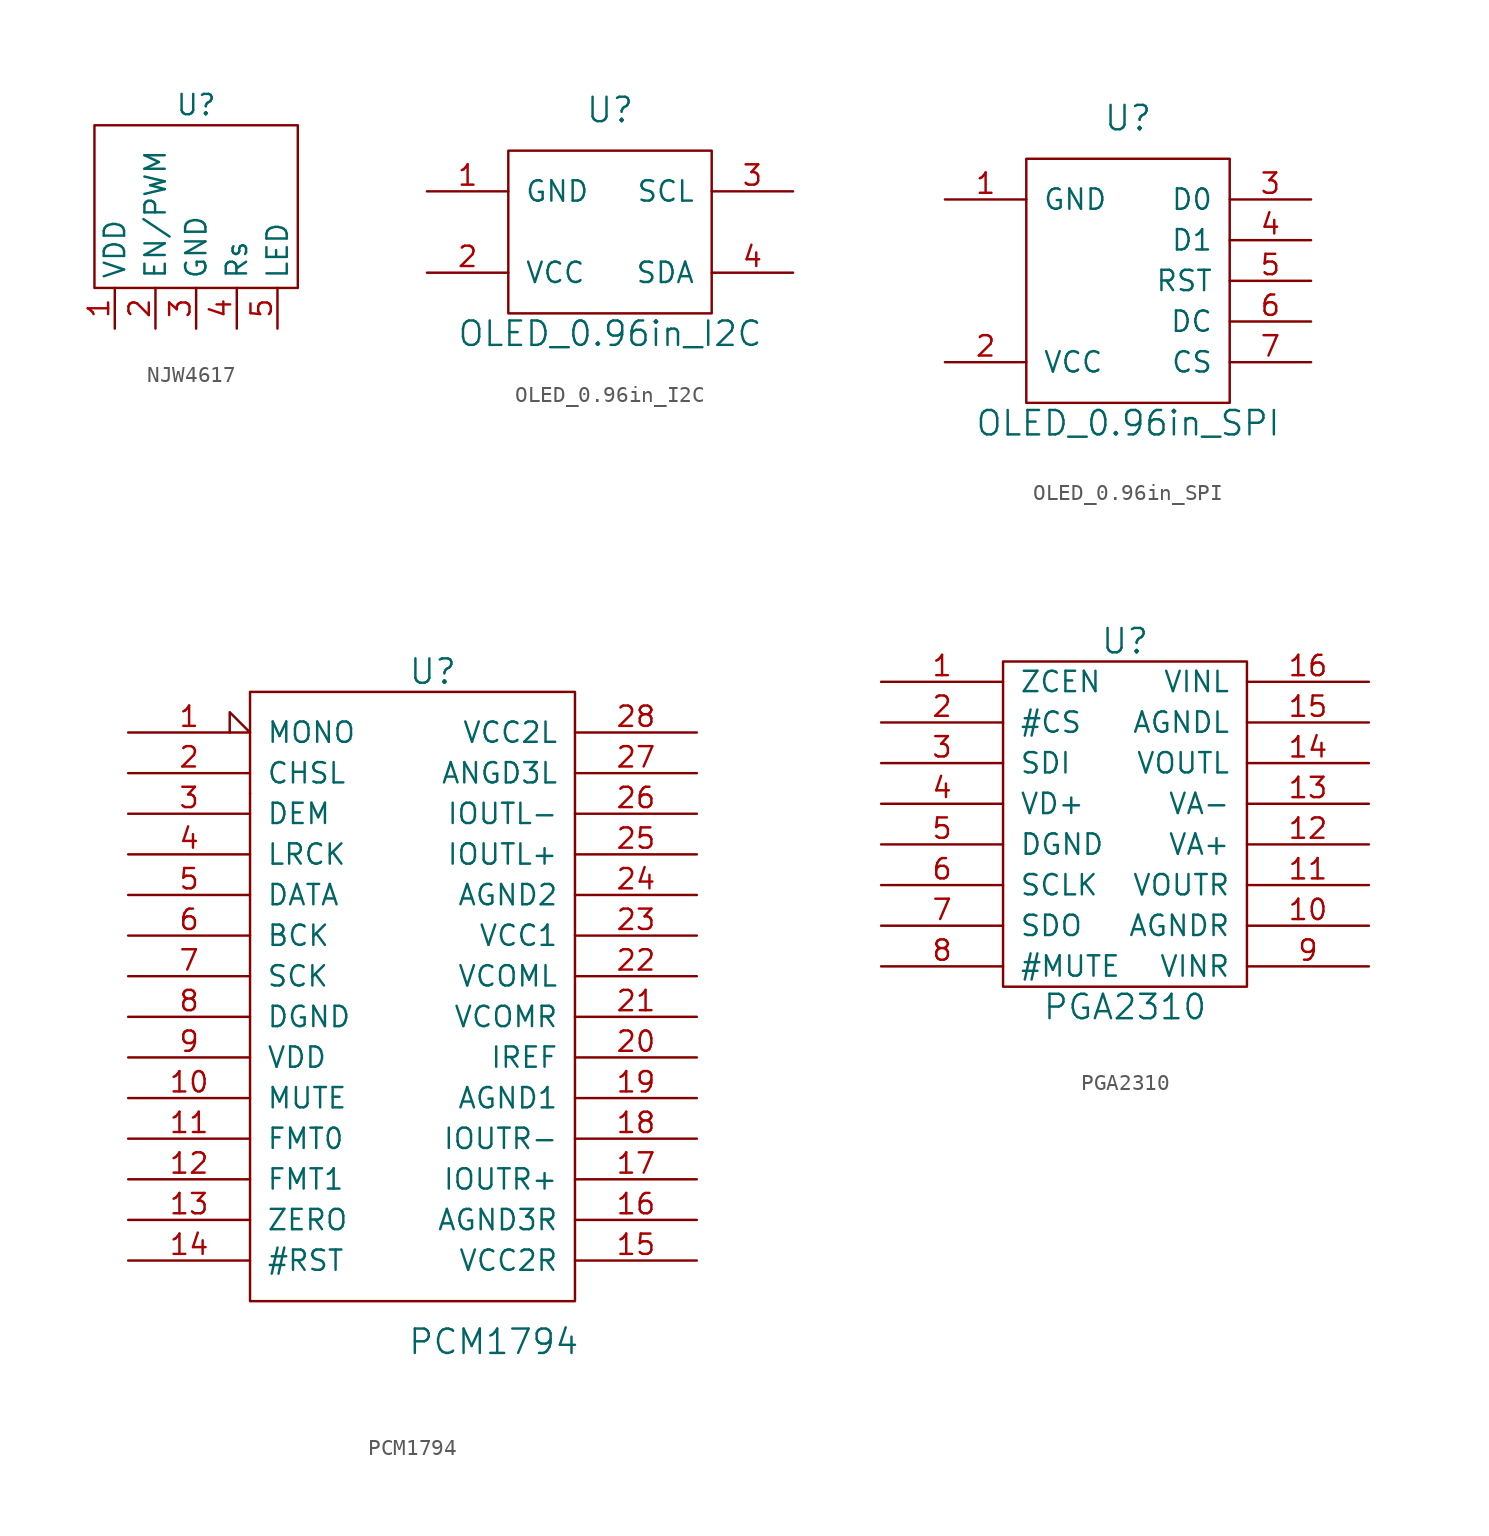
<source format=kicad_sym>
(kicad_symbol_lib
  (version 20220914)
  (generator kicad_symbol_editor)
  (symbol "NJW4617"
    (property "Reference" "U"
      (at 0 6.35 0)
      (effects (font (size 1.27 1.27))))
    (property "Value" ""
      (at -1.27 -2.54 0)
      (effects (font (size 1.27 1.27))))
    (symbol "NJW4617_0_1"
      (rectangle (start -6.35 5.08) (end 6.35 -5.08) (stroke (width 0) (type default)) (fill (type none))))
    (symbol "NJW4617_1_1"
      (pin power_in line (at -5.08 -7.62 90) (length 2.54) (name "VDD" (effects (font (size 1.27 1.27)))) (number "1" (effects (font (size 1.27 1.27)))))
      (pin input line (at -2.54 -7.62 90) (length 2.54) (name "EN/PWM" (effects (font (size 1.27 1.27)))) (number "2" (effects (font (size 1.27 1.27)))))
      (pin power_in line (at 0 -7.62 90) (length 2.54) (name "GND" (effects (font (size 1.27 1.27)))) (number "3" (effects (font (size 1.27 1.27)))))
      (pin input line (at 2.54 -7.62 90) (length 2.54) (name "Rs" (effects (font (size 1.27 1.27)))) (number "4" (effects (font (size 1.27 1.27)))))
      (pin output line (at 5.08 -7.62 90) (length 2.54) (name "LED" (effects (font (size 1.27 1.27)))) (number "5" (effects (font (size 1.27 1.27)))))))
  (symbol "OLED_0.96in_I2C"
    (pin_names
      (offset 1.016))
    (property "Reference" "U"
      (at 0 7.62 0)
      (effects (font (size 1.524 1.524))))
    (property "Value" "OLED_0.96in_I2C"
      (at 0 -6.35 0)
      (effects (font (size 1.524 1.524))))
    (property "Footprint" ""
      (at 0 0 0)
      (effects (font (size 1.524 1.524))))
    (property "Datasheet" ""
      (at 0 0 0)
      (effects (font (size 1.524 1.524))))
    (symbol "OLED_0.96in_I2C_0_1"
      (rectangle (start -6.35 5.08) (end 6.35 -5.08) (stroke (width 0) (type solid)) (fill (type none))))
    (symbol "OLED_0.96in_I2C_1_1"
      (pin input line (at -11.43 2.54 0) (length 5.08) (name "GND" (effects (font (size 1.27 1.27)))) (number "1" (effects (font (size 1.27 1.27)))))
      (pin input line (at -11.43 -2.54 0) (length 5.08) (name "VCC" (effects (font (size 1.27 1.27)))) (number "2" (effects (font (size 1.27 1.27)))))
      (pin input line (at 11.43 2.54 180) (length 5.08) (name "SCL" (effects (font (size 1.27 1.27)))) (number "3" (effects (font (size 1.27 1.27)))))
      (pin input line (at 11.43 -2.54 180) (length 5.08) (name "SDA" (effects (font (size 1.27 1.27)))) (number "4" (effects (font (size 1.27 1.27)))))))
  (symbol "OLED_0.96in_SPI"
    (pin_names
      (offset 1.016))
    (property "Reference" "U"
      (at 0 10.16 0)
      (effects (font (size 1.524 1.524))))
    (property "Value" "OLED_0.96in_SPI"
      (at 0 -8.89 0)
      (effects (font (size 1.524 1.524))))
    (property "Footprint" ""
      (at 0 2.54 0)
      (effects (font (size 1.524 1.524))))
    (property "Datasheet" ""
      (at 0 2.54 0)
      (effects (font (size 1.524 1.524))))
    (symbol "OLED_0.96in_SPI_0_1"
      (rectangle (start -6.35 7.62) (end 6.35 -7.62) (stroke (width 0) (type solid)) (fill (type none))))
    (symbol "OLED_0.96in_SPI_1_1"
      (pin input line (at -11.43 5.08 0) (length 5.08) (name "GND" (effects (font (size 1.27 1.27)))) (number "1" (effects (font (size 1.27 1.27)))))
      (pin input line (at -11.43 -5.08 0) (length 5.08) (name "VCC" (effects (font (size 1.27 1.27)))) (number "2" (effects (font (size 1.27 1.27)))))
      (pin input line (at 11.43 5.08 180) (length 5.08) (name "D0" (effects (font (size 1.27 1.27)))) (number "3" (effects (font (size 1.27 1.27)))))
      (pin input line (at 11.43 2.54 180) (length 5.08) (name "D1" (effects (font (size 1.27 1.27)))) (number "4" (effects (font (size 1.27 1.27)))))
      (pin input line (at 11.43 0 180) (length 5.08) (name "RST" (effects (font (size 1.27 1.27)))) (number "5" (effects (font (size 1.27 1.27)))))
      (pin input line (at 11.43 -2.54 180) (length 5.08) (name "DC" (effects (font (size 1.27 1.27)))) (number "6" (effects (font (size 1.27 1.27)))))
      (pin input line (at 11.43 -5.08 180) (length 5.08) (name "CS" (effects (font (size 1.27 1.27)))) (number "7" (effects (font (size 1.27 1.27)))))))
  (symbol "PCM1794"
    (pin_names
      (offset 1.016))
    (property "Reference" "U"
      (at 1.27 19.05 0)
      (effects (font (size 1.524 1.524))))
    (property "Value" "PCM1794"
      (at 5.08 -22.86 0)
      (effects (font (size 1.524 1.524))))
    (property "Footprint" ""
      (at 0 0 0)
      (effects (font (size 1.524 1.524))))
    (property "Datasheet" ""
      (at 0 0 0)
      (effects (font (size 1.524 1.524))))
    (symbol "PCM1794_0_1"
      (rectangle (start -10.16 11.43) (end -10.16 11.43) (stroke (width 0) (type solid)) (fill (type none)))
      (rectangle (start -10.16 17.78) (end 10.16 -20.32) (stroke (width 0) (type solid)) (fill (type none))))
    (symbol "PCM1794_1_0"
      (pin power_in line (at -17.78 -5.08 0) (length 7.62) (name "VDD" (effects (font (size 1.27 1.27)))) (number "9" (effects (font (size 1.27 1.27))))))
    (symbol "PCM1794_1_1"
      (pin input input_low (at -17.78 15.24 0) (length 7.62) (name "MONO" (effects (font (size 1.27 1.27)))) (number "1" (effects (font (size 1.27 1.27)))))
      (pin input line (at -17.78 -7.62 0) (length 7.62) (name "MUTE" (effects (font (size 1.27 1.27)))) (number "10" (effects (font (size 1.27 1.27)))))
      (pin input line (at -17.78 -10.16 0) (length 7.62) (name "FMT0" (effects (font (size 1.27 1.27)))) (number "11" (effects (font (size 1.27 1.27)))))
      (pin input line (at -17.78 -12.7 0) (length 7.62) (name "FMT1" (effects (font (size 1.27 1.27)))) (number "12" (effects (font (size 1.27 1.27)))))
      (pin power_in line (at -17.78 -15.24 0) (length 7.62) (name "ZERO" (effects (font (size 1.27 1.27)))) (number "13" (effects (font (size 1.27 1.27)))))
      (pin input line (at -17.78 -17.78 0) (length 7.62) (name "#RST" (effects (font (size 1.27 1.27)))) (number "14" (effects (font (size 1.27 1.27)))))
      (pin power_in line (at 17.78 -17.78 180) (length 7.62) (name "VCC2R" (effects (font (size 1.27 1.27)))) (number "15" (effects (font (size 1.27 1.27)))))
      (pin power_in line (at 17.78 -15.24 180) (length 7.62) (name "AGND3R" (effects (font (size 1.27 1.27)))) (number "16" (effects (font (size 1.27 1.27)))))
      (pin output line (at 17.78 -12.7 180) (length 7.62) (name "IOUTR+" (effects (font (size 1.27 1.27)))) (number "17" (effects (font (size 1.27 1.27)))))
      (pin output line (at 17.78 -10.16 180) (length 7.62) (name "IOUTR-" (effects (font (size 1.27 1.27)))) (number "18" (effects (font (size 1.27 1.27)))))
      (pin power_in line (at 17.78 -7.62 180) (length 7.62) (name "AGND1" (effects (font (size 1.27 1.27)))) (number "19" (effects (font (size 1.27 1.27)))))
      (pin input line (at -17.78 12.7 0) (length 7.62) (name "CHSL" (effects (font (size 1.27 1.27)))) (number "2" (effects (font (size 1.27 1.27)))))
      (pin input line (at 17.78 -5.08 180) (length 7.62) (name "IREF" (effects (font (size 1.27 1.27)))) (number "20" (effects (font (size 1.27 1.27)))))
      (pin power_in line (at 17.78 -2.54 180) (length 7.62) (name "VCOMR" (effects (font (size 1.27 1.27)))) (number "21" (effects (font (size 1.27 1.27)))))
      (pin power_in line (at 17.78 0 180) (length 7.62) (name "VCOML" (effects (font (size 1.27 1.27)))) (number "22" (effects (font (size 1.27 1.27)))))
      (pin power_in line (at 17.78 2.54 180) (length 7.62) (name "VCC1" (effects (font (size 1.27 1.27)))) (number "23" (effects (font (size 1.27 1.27)))))
      (pin power_in line (at 17.78 5.08 180) (length 7.62) (name "AGND2" (effects (font (size 1.27 1.27)))) (number "24" (effects (font (size 1.27 1.27)))))
      (pin output line (at 17.78 7.62 180) (length 7.62) (name "IOUTL+" (effects (font (size 1.27 1.27)))) (number "25" (effects (font (size 1.27 1.27)))))
      (pin output line (at 17.78 10.16 180) (length 7.62) (name "IOUTL-" (effects (font (size 1.27 1.27)))) (number "26" (effects (font (size 1.27 1.27)))))
      (pin power_in line (at 17.78 12.7 180) (length 7.62) (name "ANGD3L" (effects (font (size 1.27 1.27)))) (number "27" (effects (font (size 1.27 1.27)))))
      (pin power_in line (at 17.78 15.24 180) (length 7.62) (name "VCC2L" (effects (font (size 1.27 1.27)))) (number "28" (effects (font (size 1.27 1.27)))))
      (pin input line (at -17.78 10.16 0) (length 7.62) (name "DEM" (effects (font (size 1.27 1.27)))) (number "3" (effects (font (size 1.27 1.27)))))
      (pin input line (at -17.78 7.62 0) (length 7.62) (name "LRCK" (effects (font (size 1.27 1.27)))) (number "4" (effects (font (size 1.27 1.27)))))
      (pin input line (at -17.78 5.08 0) (length 7.62) (name "DATA" (effects (font (size 1.27 1.27)))) (number "5" (effects (font (size 1.27 1.27)))))
      (pin input line (at -17.78 2.54 0) (length 7.62) (name "BCK" (effects (font (size 1.27 1.27)))) (number "6" (effects (font (size 1.27 1.27)))))
      (pin input line (at -17.78 0 0) (length 7.62) (name "SCK" (effects (font (size 1.27 1.27)))) (number "7" (effects (font (size 1.27 1.27)))))
      (pin power_in line (at -17.78 -2.54 0) (length 7.62) (name "DGND" (effects (font (size 1.27 1.27)))) (number "8" (effects (font (size 1.27 1.27)))))))
  (symbol "PGA2310"
    (pin_names
      (offset 1.016))
    (property "Reference" "U"
      (at 0 11.43 0)
      (effects (font (size 1.524 1.524))))
    (property "Value" "PGA2310"
      (at 0 -11.43 0)
      (effects (font (size 1.524 1.524))))
    (property "Footprint" ""
      (at 0 0 0)
      (effects (font (size 1.524 1.524))))
    (property "Datasheet" ""
      (at 0 0 0)
      (effects (font (size 1.524 1.524))))
    (symbol "PGA2310_0_1"
      (rectangle (start -7.62 10.16) (end 7.62 -10.16) (stroke (width 0) (type solid)) (fill (type none))))
    (symbol "PGA2310_1_1"
      (pin input line (at -15.24 8.89 0) (length 7.62) (name "ZCEN" (effects (font (size 1.27 1.27)))) (number "1" (effects (font (size 1.27 1.27)))))
      (pin input line (at 15.24 -6.35 180) (length 7.62) (name "AGNDR" (effects (font (size 1.27 1.27)))) (number "10" (effects (font (size 1.27 1.27)))))
      (pin input line (at 15.24 -3.81 180) (length 7.62) (name "VOUTR" (effects (font (size 1.27 1.27)))) (number "11" (effects (font (size 1.27 1.27)))))
      (pin input line (at 15.24 -1.27 180) (length 7.62) (name "VA+" (effects (font (size 1.27 1.27)))) (number "12" (effects (font (size 1.27 1.27)))))
      (pin input line (at 15.24 1.27 180) (length 7.62) (name "VA-" (effects (font (size 1.27 1.27)))) (number "13" (effects (font (size 1.27 1.27)))))
      (pin input line (at 15.24 3.81 180) (length 7.62) (name "VOUTL" (effects (font (size 1.27 1.27)))) (number "14" (effects (font (size 1.27 1.27)))))
      (pin input line (at 15.24 6.35 180) (length 7.62) (name "AGNDL" (effects (font (size 1.27 1.27)))) (number "15" (effects (font (size 1.27 1.27)))))
      (pin input line (at 15.24 8.89 180) (length 7.62) (name "VINL" (effects (font (size 1.27 1.27)))) (number "16" (effects (font (size 1.27 1.27)))))
      (pin input line (at -15.24 6.35 0) (length 7.62) (name "#CS" (effects (font (size 1.27 1.27)))) (number "2" (effects (font (size 1.27 1.27)))))
      (pin input line (at -15.24 3.81 0) (length 7.62) (name "SDI" (effects (font (size 1.27 1.27)))) (number "3" (effects (font (size 1.27 1.27)))))
      (pin input line (at -15.24 1.27 0) (length 7.62) (name "VD+" (effects (font (size 1.27 1.27)))) (number "4" (effects (font (size 1.27 1.27)))))
      (pin input line (at -15.24 -1.27 0) (length 7.62) (name "DGND" (effects (font (size 1.27 1.27)))) (number "5" (effects (font (size 1.27 1.27)))))
      (pin input line (at -15.24 -3.81 0) (length 7.62) (name "SCLK" (effects (font (size 1.27 1.27)))) (number "6" (effects (font (size 1.27 1.27)))))
      (pin input line (at -15.24 -6.35 0) (length 7.62) (name "SDO" (effects (font (size 1.27 1.27)))) (number "7" (effects (font (size 1.27 1.27)))))
      (pin input line (at -15.24 -8.89 0) (length 7.62) (name "#MUTE" (effects (font (size 1.27 1.27)))) (number "8" (effects (font (size 1.27 1.27)))))
      (pin input line (at 15.24 -8.89 180) (length 7.62) (name "VINR" (effects (font (size 1.27 1.27)))) (number "9" (effects (font (size 1.27 1.27))))))))
</source>
